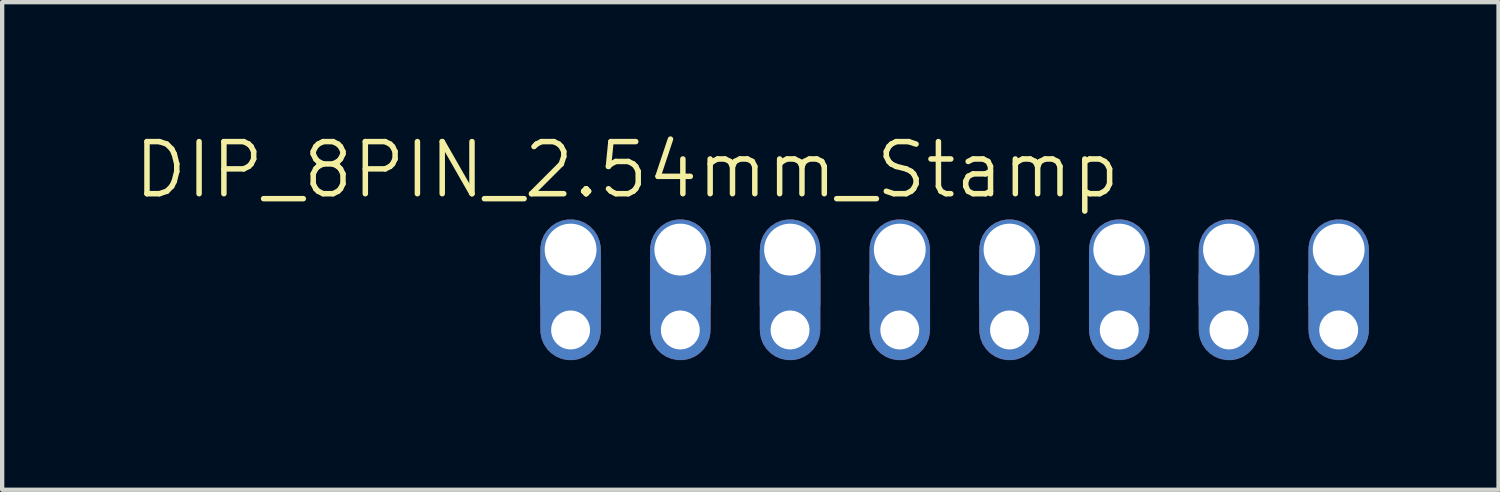
<source format=kicad_pcb>
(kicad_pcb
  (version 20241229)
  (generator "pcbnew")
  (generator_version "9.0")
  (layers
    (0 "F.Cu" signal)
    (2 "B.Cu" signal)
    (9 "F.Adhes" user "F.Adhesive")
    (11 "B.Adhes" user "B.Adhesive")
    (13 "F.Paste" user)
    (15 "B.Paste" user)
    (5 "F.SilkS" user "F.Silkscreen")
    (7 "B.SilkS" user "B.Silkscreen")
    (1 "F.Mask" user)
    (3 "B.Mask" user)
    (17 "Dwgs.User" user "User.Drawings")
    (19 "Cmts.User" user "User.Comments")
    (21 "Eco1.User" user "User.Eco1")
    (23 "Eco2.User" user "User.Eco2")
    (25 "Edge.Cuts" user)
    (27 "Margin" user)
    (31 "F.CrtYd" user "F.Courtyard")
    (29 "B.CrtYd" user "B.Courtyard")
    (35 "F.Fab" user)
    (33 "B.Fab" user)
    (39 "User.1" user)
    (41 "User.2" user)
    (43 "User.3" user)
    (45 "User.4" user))
  (footprint "DIP_8PIN_2.54mm_Stamp"
    (layer "F.Cu")
    (at 19.048 4.588)
    (property "Reference" "DIP_8PIN_2.54mm_Stamp" (at 3.9 -3 0) (layer "F.SilkS") (effects (font (size 1.206 1.206) (thickness 0.127)) (justify right bottom)))
    (attr through_hole)
    (pad "1" thru_hole custom (at -8.89 -1.86) (size 1.4 1.4) (drill 1.2) (layers "*.Cu" "*.Mask") (options (anchor circle)) (primitives (gr_poly (pts (xy -0.7 0) (xy 0.7 0) (xy 0.7 1.3) (xy -0.7 1.3)) (width 0) (fill yes))))
    (pad "1" thru_hole custom (at -8.89 0 180) (size 1.4 1.4) (drill 0.9) (layers "*.Cu" "*.Mask") (options (anchor circle)) (primitives (gr_poly (pts (xy -0.7 0) (xy 0.7 0) (xy 0.7 1.3) (xy -0.7 1.3)) (width 0) (fill yes))))
    (pad "2" thru_hole custom (at -6.35 -1.86) (size 1.4 1.4) (drill 1.2) (layers "*.Cu" "*.Mask") (options (anchor circle)) (primitives (gr_poly (pts (xy -0.7 0) (xy 0.7 0) (xy 0.7 1.3) (xy -0.7 1.3)) (width 0) (fill yes))))
    (pad "2" thru_hole custom (at -6.35 0 180) (size 1.4 1.4) (drill 0.9) (layers "*.Cu" "*.Mask") (options (anchor circle)) (primitives (gr_poly (pts (xy -0.7 0) (xy 0.7 0) (xy 0.7 1.3) (xy -0.7 1.3)) (width 0) (fill yes))))
    (pad "3" thru_hole custom (at -3.81 -1.86) (size 1.4 1.4) (drill 1.2) (layers "*.Cu" "*.Mask") (options (anchor circle)) (primitives (gr_poly (pts (xy -0.7 0) (xy 0.7 0) (xy 0.7 1.3) (xy -0.7 1.3)) (width 0) (fill yes))))
    (pad "3" thru_hole custom (at -3.81 0 180) (size 1.4 1.4) (drill 0.9) (layers "*.Cu" "*.Mask") (options (anchor circle)) (primitives (gr_poly (pts (xy -0.7 0) (xy 0.7 0) (xy 0.7 1.3) (xy -0.7 1.3)) (width 0) (fill yes))))
    (pad "4" thru_hole custom (at -1.27 -1.86) (size 1.4 1.4) (drill 1.2) (layers "*.Cu" "*.Mask") (options (anchor circle)) (primitives (gr_poly (pts (xy -0.7 0) (xy 0.7 0) (xy 0.7 1.3) (xy -0.7 1.3)) (width 0) (fill yes))))
    (pad "4" thru_hole custom (at -1.27 0 180) (size 1.4 1.4) (drill 0.9) (layers "*.Cu" "*.Mask") (options (anchor circle)) (primitives (gr_poly (pts (xy -0.7 0) (xy 0.7 0) (xy 0.7 1.3) (xy -0.7 1.3)) (width 0) (fill yes))))
    (pad "5" thru_hole custom (at 1.27 -1.86) (size 1.4 1.4) (drill 1.2) (layers "*.Cu" "*.Mask") (options (anchor circle)) (primitives (gr_poly (pts (xy -0.7 0) (xy 0.7 0) (xy 0.7 1.3) (xy -0.7 1.3)) (width 0) (fill yes))))
    (pad "5" thru_hole custom (at 1.27 0 180) (size 1.4 1.4) (drill 0.9) (layers "*.Cu" "*.Mask") (options (anchor circle)) (primitives (gr_poly (pts (xy -0.7 0) (xy 0.7 0) (xy 0.7 1.3) (xy -0.7 1.3)) (width 0) (fill yes))))
    (pad "6" thru_hole custom (at 3.81 -1.86) (size 1.4 1.4) (drill 1.2) (layers "*.Cu" "*.Mask") (options (anchor circle)) (primitives (gr_poly (pts (xy -0.7 0) (xy 0.7 0) (xy 0.7 1.3) (xy -0.7 1.3)) (width 0) (fill yes))))
    (pad "6" thru_hole custom (at 3.81 0 180) (size 1.4 1.4) (drill 0.9) (layers "*.Cu" "*.Mask") (options (anchor circle)) (primitives (gr_poly (pts (xy -0.7 0) (xy 0.7 0) (xy 0.7 1.3) (xy -0.7 1.3)) (width 0) (fill yes))))
    (pad "7" thru_hole custom (at 6.35 -1.86) (size 1.4 1.4) (drill 1.2) (layers "*.Cu" "*.Mask") (options (anchor circle)) (primitives (gr_poly (pts (xy -0.7 0) (xy 0.7 0) (xy 0.7 1.3) (xy -0.7 1.3)) (width 0) (fill yes))))
    (pad "7" thru_hole custom (at 6.35 0 180) (size 1.4 1.4) (drill 0.9) (layers "*.Cu" "*.Mask") (options (anchor circle)) (primitives (gr_poly (pts (xy -0.7 0) (xy 0.7 0) (xy 0.7 1.3) (xy -0.7 1.3)) (width 0) (fill yes))))
    (pad "8" thru_hole custom (at 8.89 -1.86) (size 1.4 1.4) (drill 1.2) (layers "*.Cu" "*.Mask") (options (anchor circle)) (primitives (gr_poly (pts (xy -0.7 0) (xy 0.7 0) (xy 0.7 1.3) (xy -0.7 1.3)) (width 0) (fill yes))))
    (pad "8" thru_hole custom (at 8.89 0 180) (size 1.4 1.4) (drill 0.9) (layers "*.Cu" "*.Mask") (options (anchor circle)) (primitives (gr_poly (pts (xy -0.7 0) (xy 0.7 0) (xy 0.7 1.3) (xy -0.7 1.3)) (width 0) (fill yes)))))
  (gr_rect
    (start -3 -3)
    (end 31.638 8.287)
    (stroke (width 0.1) (type default))
    (fill no)
    (layer "Edge.Cuts")))
</source>
